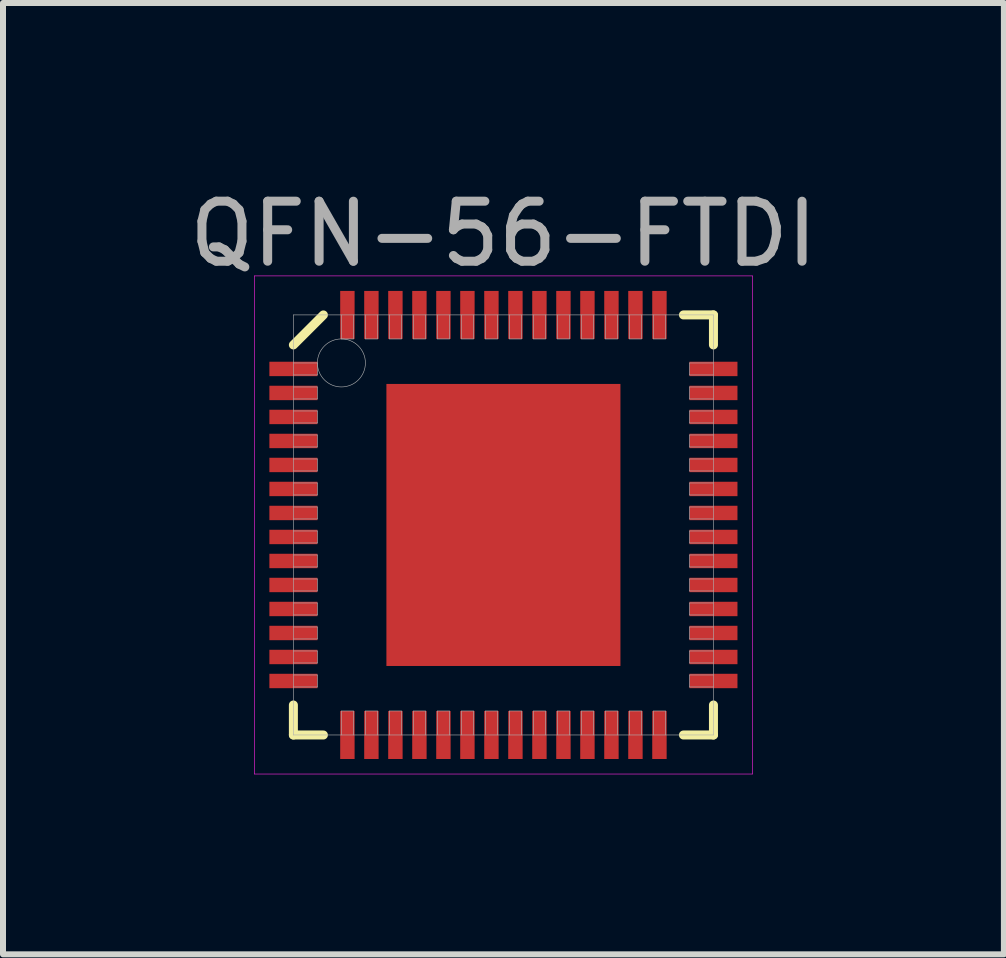
<source format=kicad_pcb>
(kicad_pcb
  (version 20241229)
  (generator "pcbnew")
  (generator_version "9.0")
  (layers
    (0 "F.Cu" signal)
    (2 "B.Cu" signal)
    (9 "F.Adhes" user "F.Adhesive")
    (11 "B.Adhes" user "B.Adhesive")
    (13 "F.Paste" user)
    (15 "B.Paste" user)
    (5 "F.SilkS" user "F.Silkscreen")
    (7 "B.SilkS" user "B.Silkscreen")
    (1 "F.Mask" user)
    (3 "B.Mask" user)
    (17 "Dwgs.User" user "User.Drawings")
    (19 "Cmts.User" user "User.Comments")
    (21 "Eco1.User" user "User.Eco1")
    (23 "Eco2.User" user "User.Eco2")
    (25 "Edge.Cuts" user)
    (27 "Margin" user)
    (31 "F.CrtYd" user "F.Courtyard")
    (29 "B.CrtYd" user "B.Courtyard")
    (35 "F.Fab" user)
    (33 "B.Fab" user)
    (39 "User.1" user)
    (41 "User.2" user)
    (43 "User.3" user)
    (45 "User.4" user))
  (footprint "QFN-56-FTDI"
    (layer "F.Cu")
    (at 5.339 5.698)
    (property "Reference" "QFN-56-FTDI" (at 0 -4.85 0) (layer "F.Fab") (effects (font (size 1 1) (thickness 0.15))))
    (attr smd)
    (fp_line (start -3.5 -3) (end -3 -3.5) (stroke (width 0.15) (type solid)) (layer "F.SilkS"))
    (fp_line (start -3.5 3.5) (end -3.5 3) (stroke (width 0.15) (type solid)) (layer "F.SilkS"))
    (fp_line (start -3 3.5) (end -3.5 3.5) (stroke (width 0.15) (type solid)) (layer "F.SilkS"))
    (fp_line (start 3 -3.5) (end 3.5 -3.5) (stroke (width 0.15) (type solid)) (layer "F.SilkS"))
    (fp_line (start 3 3.5) (end 3.5 3.5) (stroke (width 0.15) (type solid)) (layer "F.SilkS"))
    (fp_line (start 3.5 -3.5) (end 3.5 -3) (stroke (width 0.15) (type solid)) (layer "F.SilkS"))
    (fp_line (start 3.5 3.5) (end 3.5 3) (stroke (width 0.15) (type solid)) (layer "F.SilkS"))
    (fp_line (start -4.15 -4.15) (end 4.15 -4.15) (stroke (width 0.01) (type solid)) (layer "F.CrtYd"))
    (fp_line (start -4.15 4.15) (end -4.15 -4.15) (stroke (width 0.01) (type solid)) (layer "F.CrtYd"))
    (fp_line (start 4.15 -4.15) (end 4.15 4.15) (stroke (width 0.01) (type solid)) (layer "F.CrtYd"))
    (fp_line (start 4.15 4.15) (end -4.15 4.15) (stroke (width 0.01) (type solid)) (layer "F.CrtYd"))
    (fp_line (start -3.5 -3.5) (end 3.5 -3.5) (stroke (width 0.01) (type solid)) (layer "F.Fab"))
    (fp_line (start -3.5 -2.5) (end -3.1 -2.5) (stroke (width 0.01) (type solid)) (layer "F.Fab"))
    (fp_line (start -3.5 -2.1) (end -3.1 -2.1) (stroke (width 0.01) (type solid)) (layer "F.Fab"))
    (fp_line (start -3.5 -1.7) (end -3.1 -1.7) (stroke (width 0.01) (type solid)) (layer "F.Fab"))
    (fp_line (start -3.5 -1.3) (end -3.1 -1.3) (stroke (width 0.01) (type solid)) (layer "F.Fab"))
    (fp_line (start -3.5 -0.9) (end -3.1 -0.9) (stroke (width 0.01) (type solid)) (layer "F.Fab"))
    (fp_line (start -3.5 -0.5) (end -3.1 -0.5) (stroke (width 0.01) (type solid)) (layer "F.Fab"))
    (fp_line (start -3.5 -0.1) (end -3.1 -0.1) (stroke (width 0.01) (type solid)) (layer "F.Fab"))
    (fp_line (start -3.5 0.3) (end -3.1 0.3) (stroke (width 0.01) (type solid)) (layer "F.Fab"))
    (fp_line (start -3.5 0.7) (end -3.1 0.7) (stroke (width 0.01) (type solid)) (layer "F.Fab"))
    (fp_line (start -3.5 1.1) (end -3.1 1.1) (stroke (width 0.01) (type solid)) (layer "F.Fab"))
    (fp_line (start -3.5 1.5) (end -3.1 1.5) (stroke (width 0.01) (type solid)) (layer "F.Fab"))
    (fp_line (start -3.5 1.9) (end -3.1 1.9) (stroke (width 0.01) (type solid)) (layer "F.Fab"))
    (fp_line (start -3.5 2.3) (end -3.1 2.3) (stroke (width 0.01) (type solid)) (layer "F.Fab"))
    (fp_line (start -3.5 2.7) (end -3.1 2.7) (stroke (width 0.01) (type solid)) (layer "F.Fab"))
    (fp_line (start -3.5 3.5) (end -3.5 -3.5) (stroke (width 0.01) (type solid)) (layer "F.Fab"))
    (fp_line (start -3.1 -2.7) (end -3.5 -2.7) (stroke (width 0.01) (type solid)) (layer "F.Fab"))
    (fp_line (start -3.1 -2.5) (end -3.1 -2.7) (stroke (width 0.01) (type solid)) (layer "F.Fab"))
    (fp_line (start -3.1 -2.3) (end -3.5 -2.3) (stroke (width 0.01) (type solid)) (layer "F.Fab"))
    (fp_line (start -3.1 -2.1) (end -3.1 -2.3) (stroke (width 0.01) (type solid)) (layer "F.Fab"))
    (fp_line (start -3.1 -1.9) (end -3.5 -1.9) (stroke (width 0.01) (type solid)) (layer "F.Fab"))
    (fp_line (start -3.1 -1.7) (end -3.1 -1.9) (stroke (width 0.01) (type solid)) (layer "F.Fab"))
    (fp_line (start -3.1 -1.5) (end -3.5 -1.5) (stroke (width 0.01) (type solid)) (layer "F.Fab"))
    (fp_line (start -3.1 -1.3) (end -3.1 -1.5) (stroke (width 0.01) (type solid)) (layer "F.Fab"))
    (fp_line (start -3.1 -1.1) (end -3.5 -1.1) (stroke (width 0.01) (type solid)) (layer "F.Fab"))
    (fp_line (start -3.1 -0.9) (end -3.1 -1.1) (stroke (width 0.01) (type solid)) (layer "F.Fab"))
    (fp_line (start -3.1 -0.7) (end -3.5 -0.7) (stroke (width 0.01) (type solid)) (layer "F.Fab"))
    (fp_line (start -3.1 -0.5) (end -3.1 -0.7) (stroke (width 0.01) (type solid)) (layer "F.Fab"))
    (fp_line (start -3.1 -0.3) (end -3.5 -0.3) (stroke (width 0.01) (type solid)) (layer "F.Fab"))
    (fp_line (start -3.1 -0.1) (end -3.1 -0.3) (stroke (width 0.01) (type solid)) (layer "F.Fab"))
    (fp_line (start -3.1 0.1) (end -3.5 0.1) (stroke (width 0.01) (type solid)) (layer "F.Fab"))
    (fp_line (start -3.1 0.3) (end -3.1 0.1) (stroke (width 0.01) (type solid)) (layer "F.Fab"))
    (fp_line (start -3.1 0.5) (end -3.5 0.5) (stroke (width 0.01) (type solid)) (layer "F.Fab"))
    (fp_line (start -3.1 0.7) (end -3.1 0.5) (stroke (width 0.01) (type solid)) (layer "F.Fab"))
    (fp_line (start -3.1 0.9) (end -3.5 0.9) (stroke (width 0.01) (type solid)) (layer "F.Fab"))
    (fp_line (start -3.1 1.1) (end -3.1 0.9) (stroke (width 0.01) (type solid)) (layer "F.Fab"))
    (fp_line (start -3.1 1.3) (end -3.5 1.3) (stroke (width 0.01) (type solid)) (layer "F.Fab"))
    (fp_line (start -3.1 1.5) (end -3.1 1.3) (stroke (width 0.01) (type solid)) (layer "F.Fab"))
    (fp_line (start -3.1 1.7) (end -3.5 1.7) (stroke (width 0.01) (type solid)) (layer "F.Fab"))
    (fp_line (start -3.1 1.9) (end -3.1 1.7) (stroke (width 0.01) (type solid)) (layer "F.Fab"))
    (fp_line (start -3.1 2.1) (end -3.5 2.1) (stroke (width 0.01) (type solid)) (layer "F.Fab"))
    (fp_line (start -3.1 2.3) (end -3.1 2.1) (stroke (width 0.01) (type solid)) (layer "F.Fab"))
    (fp_line (start -3.1 2.5) (end -3.5 2.5) (stroke (width 0.01) (type solid)) (layer "F.Fab"))
    (fp_line (start -3.1 2.7) (end -3.1 2.5) (stroke (width 0.01) (type solid)) (layer "F.Fab"))
    (fp_line (start -2.7 -3.5) (end -2.7 -3.1) (stroke (width 0.01) (type solid)) (layer "F.Fab"))
    (fp_line (start -2.7 -3.1) (end -2.5 -3.1) (stroke (width 0.01) (type solid)) (layer "F.Fab"))
    (fp_line (start -2.7 3.1) (end -2.7 3.5) (stroke (width 0.01) (type solid)) (layer "F.Fab"))
    (fp_line (start -2.5 -3.1) (end -2.5 -3.5) (stroke (width 0.01) (type solid)) (layer "F.Fab"))
    (fp_line (start -2.5 3.1) (end -2.7 3.1) (stroke (width 0.01) (type solid)) (layer "F.Fab"))
    (fp_line (start -2.5 3.5) (end -2.5 3.1) (stroke (width 0.01) (type solid)) (layer "F.Fab"))
    (fp_line (start -2.3 -3.5) (end -2.3 -3.1) (stroke (width 0.01) (type solid)) (layer "F.Fab"))
    (fp_line (start -2.3 -3.1) (end -2.1 -3.1) (stroke (width 0.01) (type solid)) (layer "F.Fab"))
    (fp_line (start -2.3 3.1) (end -2.3 3.5) (stroke (width 0.01) (type solid)) (layer "F.Fab"))
    (fp_line (start -2.1 -3.1) (end -2.1 -3.5) (stroke (width 0.01) (type solid)) (layer "F.Fab"))
    (fp_line (start -2.1 3.1) (end -2.3 3.1) (stroke (width 0.01) (type solid)) (layer "F.Fab"))
    (fp_line (start -2.1 3.5) (end -2.1 3.1) (stroke (width 0.01) (type solid)) (layer "F.Fab"))
    (fp_line (start -1.9 -3.5) (end -1.9 -3.1) (stroke (width 0.01) (type solid)) (layer "F.Fab"))
    (fp_line (start -1.9 -3.1) (end -1.7 -3.1) (stroke (width 0.01) (type solid)) (layer "F.Fab"))
    (fp_line (start -1.9 3.1) (end -1.9 3.5) (stroke (width 0.01) (type solid)) (layer "F.Fab"))
    (fp_line (start -1.7 -3.1) (end -1.7 -3.5) (stroke (width 0.01) (type solid)) (layer "F.Fab"))
    (fp_line (start -1.7 3.1) (end -1.9 3.1) (stroke (width 0.01) (type solid)) (layer "F.Fab"))
    (fp_line (start -1.7 3.5) (end -1.7 3.1) (stroke (width 0.01) (type solid)) (layer "F.Fab"))
    (fp_line (start -1.5 -3.5) (end -1.5 -3.1) (stroke (width 0.01) (type solid)) (layer "F.Fab"))
    (fp_line (start -1.5 -3.1) (end -1.3 -3.1) (stroke (width 0.01) (type solid)) (layer "F.Fab"))
    (fp_line (start -1.5 3.1) (end -1.5 3.5) (stroke (width 0.01) (type solid)) (layer "F.Fab"))
    (fp_line (start -1.3 -3.1) (end -1.3 -3.5) (stroke (width 0.01) (type solid)) (layer "F.Fab"))
    (fp_line (start -1.3 3.1) (end -1.5 3.1) (stroke (width 0.01) (type solid)) (layer "F.Fab"))
    (fp_line (start -1.3 3.5) (end -1.3 3.1) (stroke (width 0.01) (type solid)) (layer "F.Fab"))
    (fp_line (start -1.1 -3.5) (end -1.1 -3.1) (stroke (width 0.01) (type solid)) (layer "F.Fab"))
    (fp_line (start -1.1 -3.1) (end -0.9 -3.1) (stroke (width 0.01) (type solid)) (layer "F.Fab"))
    (fp_line (start -1.1 3.1) (end -1.1 3.5) (stroke (width 0.01) (type solid)) (layer "F.Fab"))
    (fp_line (start -0.9 -3.1) (end -0.9 -3.5) (stroke (width 0.01) (type solid)) (layer "F.Fab"))
    (fp_line (start -0.9 3.1) (end -1.1 3.1) (stroke (width 0.01) (type solid)) (layer "F.Fab"))
    (fp_line (start -0.9 3.5) (end -0.9 3.1) (stroke (width 0.01) (type solid)) (layer "F.Fab"))
    (fp_line (start -0.7 -3.5) (end -0.7 -3.1) (stroke (width 0.01) (type solid)) (layer "F.Fab"))
    (fp_line (start -0.7 -3.1) (end -0.5 -3.1) (stroke (width 0.01) (type solid)) (layer "F.Fab"))
    (fp_line (start -0.7 3.1) (end -0.7 3.5) (stroke (width 0.01) (type solid)) (layer "F.Fab"))
    (fp_line (start -0.5 -3.1) (end -0.5 -3.5) (stroke (width 0.01) (type solid)) (layer "F.Fab"))
    (fp_line (start -0.5 3.1) (end -0.7 3.1) (stroke (width 0.01) (type solid)) (layer "F.Fab"))
    (fp_line (start -0.5 3.5) (end -0.5 3.1) (stroke (width 0.01) (type solid)) (layer "F.Fab"))
    (fp_line (start -0.3 -3.5) (end -0.3 -3.1) (stroke (width 0.01) (type solid)) (layer "F.Fab"))
    (fp_line (start -0.3 -3.1) (end -0.1 -3.1) (stroke (width 0.01) (type solid)) (layer "F.Fab"))
    (fp_line (start -0.3 3.1) (end -0.3 3.5) (stroke (width 0.01) (type solid)) (layer "F.Fab"))
    (fp_line (start -0.1 -3.1) (end -0.1 -3.5) (stroke (width 0.01) (type solid)) (layer "F.Fab"))
    (fp_line (start -0.1 3.1) (end -0.3 3.1) (stroke (width 0.01) (type solid)) (layer "F.Fab"))
    (fp_line (start -0.1 3.5) (end -0.1 3.1) (stroke (width 0.01) (type solid)) (layer "F.Fab"))
    (fp_line (start 0.1 -3.5) (end 0.1 -3.1) (stroke (width 0.01) (type solid)) (layer "F.Fab"))
    (fp_line (start 0.1 -3.1) (end 0.3 -3.1) (stroke (width 0.01) (type solid)) (layer "F.Fab"))
    (fp_line (start 0.1 3.1) (end 0.1 3.5) (stroke (width 0.01) (type solid)) (layer "F.Fab"))
    (fp_line (start 0.3 -3.1) (end 0.3 -3.5) (stroke (width 0.01) (type solid)) (layer "F.Fab"))
    (fp_line (start 0.3 3.1) (end 0.1 3.1) (stroke (width 0.01) (type solid)) (layer "F.Fab"))
    (fp_line (start 0.3 3.5) (end 0.3 3.1) (stroke (width 0.01) (type solid)) (layer "F.Fab"))
    (fp_line (start 0.5 -3.5) (end 0.5 -3.1) (stroke (width 0.01) (type solid)) (layer "F.Fab"))
    (fp_line (start 0.5 -3.1) (end 0.7 -3.1) (stroke (width 0.01) (type solid)) (layer "F.Fab"))
    (fp_line (start 0.5 3.1) (end 0.5 3.5) (stroke (width 0.01) (type solid)) (layer "F.Fab"))
    (fp_line (start 0.7 -3.1) (end 0.7 -3.5) (stroke (width 0.01) (type solid)) (layer "F.Fab"))
    (fp_line (start 0.7 3.1) (end 0.5 3.1) (stroke (width 0.01) (type solid)) (layer "F.Fab"))
    (fp_line (start 0.7 3.5) (end 0.7 3.1) (stroke (width 0.01) (type solid)) (layer "F.Fab"))
    (fp_line (start 0.9 -3.5) (end 0.9 -3.1) (stroke (width 0.01) (type solid)) (layer "F.Fab"))
    (fp_line (start 0.9 -3.1) (end 1.1 -3.1) (stroke (width 0.01) (type solid)) (layer "F.Fab"))
    (fp_line (start 0.9 3.1) (end 0.9 3.5) (stroke (width 0.01) (type solid)) (layer "F.Fab"))
    (fp_line (start 1.1 -3.1) (end 1.1 -3.5) (stroke (width 0.01) (type solid)) (layer "F.Fab"))
    (fp_line (start 1.1 3.1) (end 0.9 3.1) (stroke (width 0.01) (type solid)) (layer "F.Fab"))
    (fp_line (start 1.1 3.5) (end 1.1 3.1) (stroke (width 0.01) (type solid)) (layer "F.Fab"))
    (fp_line (start 1.3 -3.5) (end 1.3 -3.1) (stroke (width 0.01) (type solid)) (layer "F.Fab"))
    (fp_line (start 1.3 -3.1) (end 1.5 -3.1) (stroke (width 0.01) (type solid)) (layer "F.Fab"))
    (fp_line (start 1.3 3.1) (end 1.3 3.5) (stroke (width 0.01) (type solid)) (layer "F.Fab"))
    (fp_line (start 1.5 -3.1) (end 1.5 -3.5) (stroke (width 0.01) (type solid)) (layer "F.Fab"))
    (fp_line (start 1.5 3.1) (end 1.3 3.1) (stroke (width 0.01) (type solid)) (layer "F.Fab"))
    (fp_line (start 1.5 3.5) (end 1.5 3.1) (stroke (width 0.01) (type solid)) (layer "F.Fab"))
    (fp_line (start 1.7 -3.5) (end 1.7 -3.1) (stroke (width 0.01) (type solid)) (layer "F.Fab"))
    (fp_line (start 1.7 -3.1) (end 1.9 -3.1) (stroke (width 0.01) (type solid)) (layer "F.Fab"))
    (fp_line (start 1.7 3.1) (end 1.7 3.5) (stroke (width 0.01) (type solid)) (layer "F.Fab"))
    (fp_line (start 1.9 -3.1) (end 1.9 -3.5) (stroke (width 0.01) (type solid)) (layer "F.Fab"))
    (fp_line (start 1.9 3.1) (end 1.7 3.1) (stroke (width 0.01) (type solid)) (layer "F.Fab"))
    (fp_line (start 1.9 3.5) (end 1.9 3.1) (stroke (width 0.01) (type solid)) (layer "F.Fab"))
    (fp_line (start 2.1 -3.5) (end 2.1 -3.1) (stroke (width 0.01) (type solid)) (layer "F.Fab"))
    (fp_line (start 2.1 -3.1) (end 2.3 -3.1) (stroke (width 0.01) (type solid)) (layer "F.Fab"))
    (fp_line (start 2.1 3.1) (end 2.1 3.5) (stroke (width 0.01) (type solid)) (layer "F.Fab"))
    (fp_line (start 2.3 -3.1) (end 2.3 -3.5) (stroke (width 0.01) (type solid)) (layer "F.Fab"))
    (fp_line (start 2.3 3.1) (end 2.1 3.1) (stroke (width 0.01) (type solid)) (layer "F.Fab"))
    (fp_line (start 2.3 3.5) (end 2.3 3.1) (stroke (width 0.01) (type solid)) (layer "F.Fab"))
    (fp_line (start 2.5 -3.5) (end 2.5 -3.1) (stroke (width 0.01) (type solid)) (layer "F.Fab"))
    (fp_line (start 2.5 -3.1) (end 2.7 -3.1) (stroke (width 0.01) (type solid)) (layer "F.Fab"))
    (fp_line (start 2.5 3.1) (end 2.5 3.5) (stroke (width 0.01) (type solid)) (layer "F.Fab"))
    (fp_line (start 2.7 -3.1) (end 2.7 -3.5) (stroke (width 0.01) (type solid)) (layer "F.Fab"))
    (fp_line (start 2.7 3.1) (end 2.5 3.1) (stroke (width 0.01) (type solid)) (layer "F.Fab"))
    (fp_line (start 2.7 3.5) (end 2.7 3.1) (stroke (width 0.01) (type solid)) (layer "F.Fab"))
    (fp_line (start 3.1 -2.7) (end 3.1 -2.5) (stroke (width 0.01) (type solid)) (layer "F.Fab"))
    (fp_line (start 3.1 -2.5) (end 3.5 -2.5) (stroke (width 0.01) (type solid)) (layer "F.Fab"))
    (fp_line (start 3.1 -2.3) (end 3.1 -2.1) (stroke (width 0.01) (type solid)) (layer "F.Fab"))
    (fp_line (start 3.1 -2.1) (end 3.5 -2.1) (stroke (width 0.01) (type solid)) (layer "F.Fab"))
    (fp_line (start 3.1 -1.9) (end 3.1 -1.7) (stroke (width 0.01) (type solid)) (layer "F.Fab"))
    (fp_line (start 3.1 -1.7) (end 3.5 -1.7) (stroke (width 0.01) (type solid)) (layer "F.Fab"))
    (fp_line (start 3.1 -1.5) (end 3.1 -1.3) (stroke (width 0.01) (type solid)) (layer "F.Fab"))
    (fp_line (start 3.1 -1.3) (end 3.5 -1.3) (stroke (width 0.01) (type solid)) (layer "F.Fab"))
    (fp_line (start 3.1 -1.1) (end 3.1 -0.9) (stroke (width 0.01) (type solid)) (layer "F.Fab"))
    (fp_line (start 3.1 -0.9) (end 3.5 -0.9) (stroke (width 0.01) (type solid)) (layer "F.Fab"))
    (fp_line (start 3.1 -0.7) (end 3.1 -0.5) (stroke (width 0.01) (type solid)) (layer "F.Fab"))
    (fp_line (start 3.1 -0.5) (end 3.5 -0.5) (stroke (width 0.01) (type solid)) (layer "F.Fab"))
    (fp_line (start 3.1 -0.3) (end 3.1 -0.1) (stroke (width 0.01) (type solid)) (layer "F.Fab"))
    (fp_line (start 3.1 -0.1) (end 3.5 -0.1) (stroke (width 0.01) (type solid)) (layer "F.Fab"))
    (fp_line (start 3.1 0.1) (end 3.1 0.3) (stroke (width 0.01) (type solid)) (layer "F.Fab"))
    (fp_line (start 3.1 0.3) (end 3.5 0.3) (stroke (width 0.01) (type solid)) (layer "F.Fab"))
    (fp_line (start 3.1 0.5) (end 3.1 0.7) (stroke (width 0.01) (type solid)) (layer "F.Fab"))
    (fp_line (start 3.1 0.7) (end 3.5 0.7) (stroke (width 0.01) (type solid)) (layer "F.Fab"))
    (fp_line (start 3.1 0.9) (end 3.1 1.1) (stroke (width 0.01) (type solid)) (layer "F.Fab"))
    (fp_line (start 3.1 1.1) (end 3.5 1.1) (stroke (width 0.01) (type solid)) (layer "F.Fab"))
    (fp_line (start 3.1 1.3) (end 3.1 1.5) (stroke (width 0.01) (type solid)) (layer "F.Fab"))
    (fp_line (start 3.1 1.5) (end 3.5 1.5) (stroke (width 0.01) (type solid)) (layer "F.Fab"))
    (fp_line (start 3.1 1.7) (end 3.1 1.9) (stroke (width 0.01) (type solid)) (layer "F.Fab"))
    (fp_line (start 3.1 1.9) (end 3.5 1.9) (stroke (width 0.01) (type solid)) (layer "F.Fab"))
    (fp_line (start 3.1 2.1) (end 3.1 2.3) (stroke (width 0.01) (type solid)) (layer "F.Fab"))
    (fp_line (start 3.1 2.3) (end 3.5 2.3) (stroke (width 0.01) (type solid)) (layer "F.Fab"))
    (fp_line (start 3.1 2.5) (end 3.1 2.7) (stroke (width 0.01) (type solid)) (layer "F.Fab"))
    (fp_line (start 3.1 2.7) (end 3.5 2.7) (stroke (width 0.01) (type solid)) (layer "F.Fab"))
    (fp_line (start 3.5 -3.5) (end 3.5 3.5) (stroke (width 0.01) (type solid)) (layer "F.Fab"))
    (fp_line (start 3.5 -2.7) (end 3.1 -2.7) (stroke (width 0.01) (type solid)) (layer "F.Fab"))
    (fp_line (start 3.5 -2.3) (end 3.1 -2.3) (stroke (width 0.01) (type solid)) (layer "F.Fab"))
    (fp_line (start 3.5 -1.9) (end 3.1 -1.9) (stroke (width 0.01) (type solid)) (layer "F.Fab"))
    (fp_line (start 3.5 -1.5) (end 3.1 -1.5) (stroke (width 0.01) (type solid)) (layer "F.Fab"))
    (fp_line (start 3.5 -1.1) (end 3.1 -1.1) (stroke (width 0.01) (type solid)) (layer "F.Fab"))
    (fp_line (start 3.5 -0.7) (end 3.1 -0.7) (stroke (width 0.01) (type solid)) (layer "F.Fab"))
    (fp_line (start 3.5 -0.3) (end 3.1 -0.3) (stroke (width 0.01) (type solid)) (layer "F.Fab"))
    (fp_line (start 3.5 0.1) (end 3.1 0.1) (stroke (width 0.01) (type solid)) (layer "F.Fab"))
    (fp_line (start 3.5 0.5) (end 3.1 0.5) (stroke (width 0.01) (type solid)) (layer "F.Fab"))
    (fp_line (start 3.5 0.9) (end 3.1 0.9) (stroke (width 0.01) (type solid)) (layer "F.Fab"))
    (fp_line (start 3.5 1.3) (end 3.1 1.3) (stroke (width 0.01) (type solid)) (layer "F.Fab"))
    (fp_line (start 3.5 1.7) (end 3.1 1.7) (stroke (width 0.01) (type solid)) (layer "F.Fab"))
    (fp_line (start 3.5 2.1) (end 3.1 2.1) (stroke (width 0.01) (type solid)) (layer "F.Fab"))
    (fp_line (start 3.5 2.5) (end 3.1 2.5) (stroke (width 0.01) (type solid)) (layer "F.Fab"))
    (fp_line (start 3.5 3.5) (end -3.5 3.5) (stroke (width 0.01) (type solid)) (layer "F.Fab"))
    (fp_circle (center -2.7 -2.7) (end -2.7 -2.3) (stroke (width 0.01) (type solid)) (fill no) (layer "F.Fab"))
    (pad "" smd rect (at -0.975 -1.175) (size 1.2 1.5) (layers "F.Paste"))
    (pad "" smd rect (at -0.975 1.175) (size 1.2 1.5) (layers "F.Paste"))
    (pad "" smd rect (at 0.975 -1.175) (size 1.2 1.5) (layers "F.Paste"))
    (pad "" smd rect (at 0.975 1.175) (size 1.2 1.5) (layers "F.Paste"))
    (pad "1" smd rect (at -3.5 -2.6) (size 0.8 0.24) (layers "F.Cu" "F.Mask" "F.Paste"))
    (pad "2" smd rect (at -3.5 -2.2) (size 0.8 0.24) (layers "F.Cu" "F.Mask" "F.Paste"))
    (pad "3" smd rect (at -3.5 -1.8) (size 0.8 0.24) (layers "F.Cu" "F.Mask" "F.Paste"))
    (pad "4" smd rect (at -3.5 -1.4) (size 0.8 0.24) (layers "F.Cu" "F.Mask" "F.Paste"))
    (pad "5" smd rect (at -3.5 -1) (size 0.8 0.24) (layers "F.Cu" "F.Mask" "F.Paste"))
    (pad "6" smd rect (at -3.5 -0.6) (size 0.8 0.24) (layers "F.Cu" "F.Mask" "F.Paste"))
    (pad "7" smd rect (at -3.5 -0.2) (size 0.8 0.24) (layers "F.Cu" "F.Mask" "F.Paste"))
    (pad "8" smd rect (at -3.5 0.2) (size 0.8 0.24) (layers "F.Cu" "F.Mask" "F.Paste"))
    (pad "9" smd rect (at -3.5 0.6) (size 0.8 0.24) (layers "F.Cu" "F.Mask" "F.Paste"))
    (pad "10" smd rect (at -3.5 1) (size 0.8 0.24) (layers "F.Cu" "F.Mask" "F.Paste"))
    (pad "11" smd rect (at -3.5 1.4) (size 0.8 0.24) (layers "F.Cu" "F.Mask" "F.Paste"))
    (pad "12" smd rect (at -3.5 1.8) (size 0.8 0.24) (layers "F.Cu" "F.Mask" "F.Paste"))
    (pad "13" smd rect (at -3.5 2.2) (size 0.8 0.24) (layers "F.Cu" "F.Mask" "F.Paste"))
    (pad "14" smd rect (at -3.5 2.6) (size 0.8 0.24) (layers "F.Cu" "F.Mask" "F.Paste"))
    (pad "15" smd rect (at -2.6 3.5) (size 0.24 0.8) (layers "F.Cu" "F.Mask" "F.Paste"))
    (pad "16" smd rect (at -2.2 3.5) (size 0.24 0.8) (layers "F.Cu" "F.Mask" "F.Paste"))
    (pad "17" smd rect (at -1.8 3.5) (size 0.24 0.8) (layers "F.Cu" "F.Mask" "F.Paste"))
    (pad "18" smd rect (at -1.4 3.5) (size 0.24 0.8) (layers "F.Cu" "F.Mask" "F.Paste"))
    (pad "19" smd rect (at -1 3.5) (size 0.24 0.8) (layers "F.Cu" "F.Mask" "F.Paste"))
    (pad "20" smd rect (at -0.6 3.5) (size 0.24 0.8) (layers "F.Cu" "F.Mask" "F.Paste"))
    (pad "21" smd rect (at -0.2 3.5) (size 0.24 0.8) (layers "F.Cu" "F.Mask" "F.Paste"))
    (pad "22" smd rect (at 0.2 3.5) (size 0.24 0.8) (layers "F.Cu" "F.Mask" "F.Paste"))
    (pad "23" smd rect (at 0.6 3.5) (size 0.24 0.8) (layers "F.Cu" "F.Mask" "F.Paste"))
    (pad "24" smd rect (at 1 3.5) (size 0.24 0.8) (layers "F.Cu" "F.Mask" "F.Paste"))
    (pad "25" smd rect (at 1.4 3.5) (size 0.24 0.8) (layers "F.Cu" "F.Mask" "F.Paste"))
    (pad "26" smd rect (at 1.8 3.5) (size 0.24 0.8) (layers "F.Cu" "F.Mask" "F.Paste"))
    (pad "27" smd rect (at 2.2 3.5) (size 0.24 0.8) (layers "F.Cu" "F.Mask" "F.Paste"))
    (pad "28" smd rect (at 2.6 3.5) (size 0.24 0.8) (layers "F.Cu" "F.Mask" "F.Paste"))
    (pad "29" smd rect (at 3.5 2.6) (size 0.8 0.24) (layers "F.Cu" "F.Mask" "F.Paste"))
    (pad "30" smd rect (at 3.5 2.2) (size 0.8 0.24) (layers "F.Cu" "F.Mask" "F.Paste"))
    (pad "31" smd rect (at 3.5 1.8) (size 0.8 0.24) (layers "F.Cu" "F.Mask" "F.Paste"))
    (pad "32" smd rect (at 3.5 1.4) (size 0.8 0.24) (layers "F.Cu" "F.Mask" "F.Paste"))
    (pad "33" smd rect (at 3.5 1) (size 0.8 0.24) (layers "F.Cu" "F.Mask" "F.Paste"))
    (pad "34" smd rect (at 3.5 0.6) (size 0.8 0.24) (layers "F.Cu" "F.Mask" "F.Paste"))
    (pad "35" smd rect (at 3.5 0.2) (size 0.8 0.24) (layers "F.Cu" "F.Mask" "F.Paste"))
    (pad "36" smd rect (at 3.5 -0.2) (size 0.8 0.24) (layers "F.Cu" "F.Mask" "F.Paste"))
    (pad "37" smd rect (at 3.5 -0.6) (size 0.8 0.24) (layers "F.Cu" "F.Mask" "F.Paste"))
    (pad "38" smd rect (at 3.5 -1) (size 0.8 0.24) (layers "F.Cu" "F.Mask" "F.Paste"))
    (pad "39" smd rect (at 3.5 -1.4) (size 0.8 0.24) (layers "F.Cu" "F.Mask" "F.Paste"))
    (pad "40" smd rect (at 3.5 -1.8) (size 0.8 0.24) (layers "F.Cu" "F.Mask" "F.Paste"))
    (pad "41" smd rect (at 3.5 -2.2) (size 0.8 0.24) (layers "F.Cu" "F.Mask" "F.Paste"))
    (pad "42" smd rect (at 3.5 -2.6) (size 0.8 0.24) (layers "F.Cu" "F.Mask" "F.Paste"))
    (pad "43" smd rect (at 2.6 -3.5) (size 0.24 0.8) (layers "F.Cu" "F.Mask" "F.Paste"))
    (pad "44" smd rect (at 2.2 -3.5) (size 0.24 0.8) (layers "F.Cu" "F.Mask" "F.Paste"))
    (pad "45" smd rect (at 1.8 -3.5) (size 0.24 0.8) (layers "F.Cu" "F.Mask" "F.Paste"))
    (pad "46" smd rect (at 1.4 -3.5) (size 0.24 0.8) (layers "F.Cu" "F.Mask" "F.Paste"))
    (pad "47" smd rect (at 1 -3.5) (size 0.24 0.8) (layers "F.Cu" "F.Mask" "F.Paste"))
    (pad "48" smd rect (at 0.6 -3.5) (size 0.24 0.8) (layers "F.Cu" "F.Mask" "F.Paste"))
    (pad "49" smd rect (at 0.2 -3.5) (size 0.24 0.8) (layers "F.Cu" "F.Mask" "F.Paste"))
    (pad "50" smd rect (at -0.2 -3.5) (size 0.24 0.8) (layers "F.Cu" "F.Mask" "F.Paste"))
    (pad "51" smd rect (at -0.6 -3.5) (size 0.24 0.8) (layers "F.Cu" "F.Mask" "F.Paste"))
    (pad "52" smd rect (at -1 -3.5) (size 0.24 0.8) (layers "F.Cu" "F.Mask" "F.Paste"))
    (pad "53" smd rect (at -1.4 -3.5) (size 0.24 0.8) (layers "F.Cu" "F.Mask" "F.Paste"))
    (pad "54" smd rect (at -1.8 -3.5) (size 0.24 0.8) (layers "F.Cu" "F.Mask" "F.Paste"))
    (pad "55" smd rect (at -2.2 -3.5) (size 0.24 0.8) (layers "F.Cu" "F.Mask" "F.Paste"))
    (pad "56" smd rect (at -2.6 -3.5) (size 0.24 0.8) (layers "F.Cu" "F.Mask" "F.Paste"))
    (pad "EP" smd rect (at 0 0) (size 3.9 4.7) (layers "F.Cu" "F.Mask")))
  (gr_rect
    (start -3 -3)
    (end 13.679 12.853)
    (stroke (width 0.1) (type default))
    (fill no)
    (layer "Edge.Cuts")))
</source>
